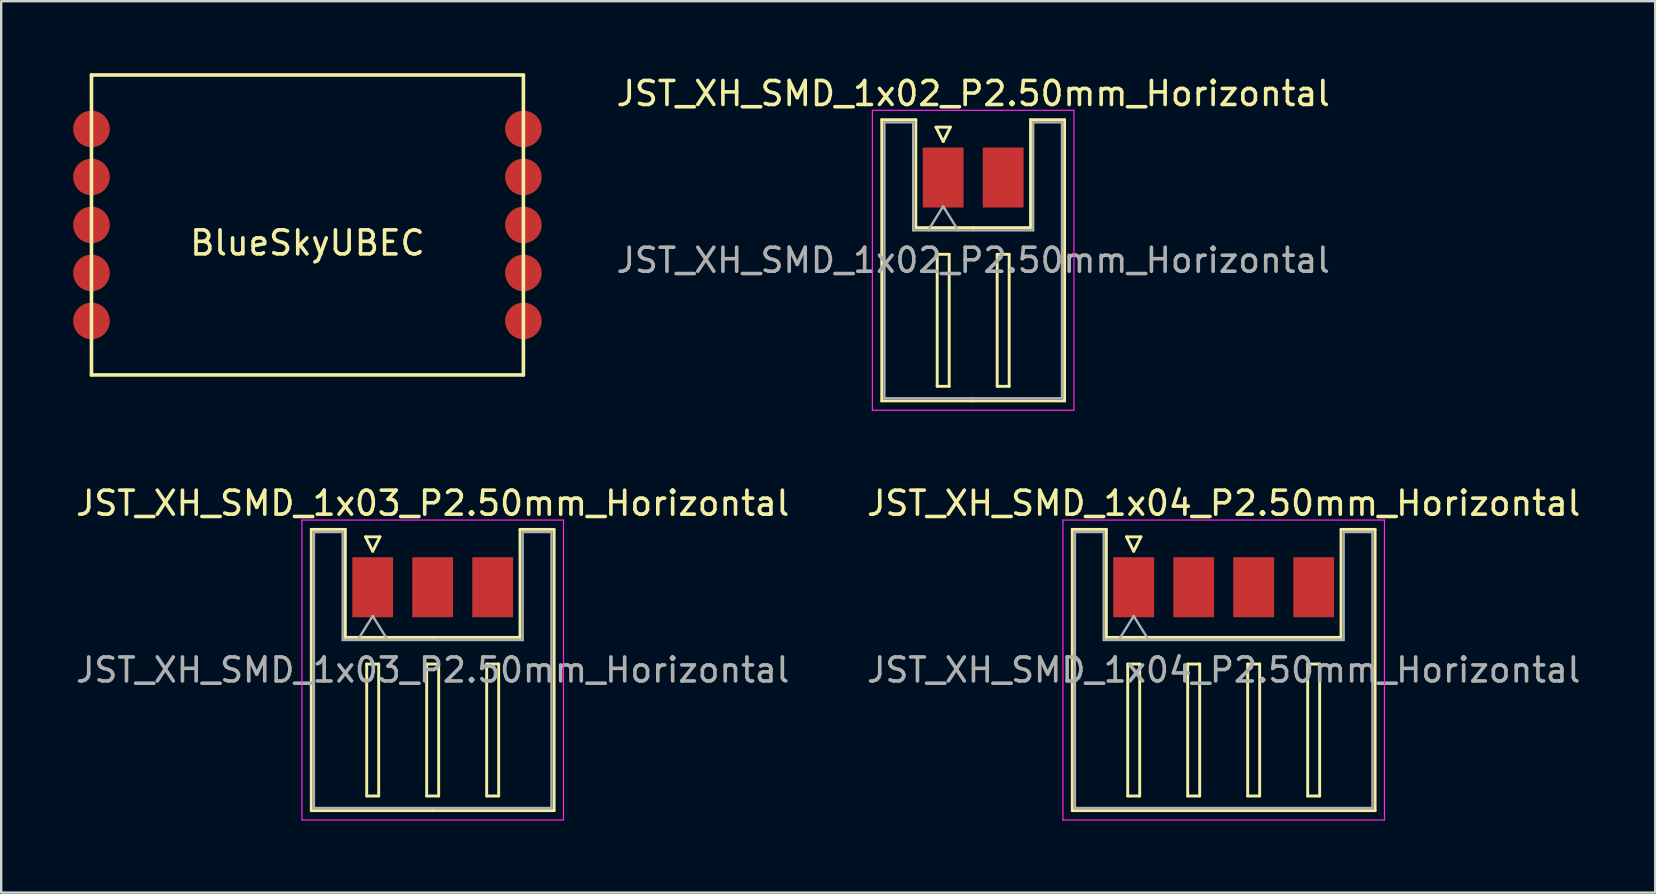
<source format=kicad_pcb>
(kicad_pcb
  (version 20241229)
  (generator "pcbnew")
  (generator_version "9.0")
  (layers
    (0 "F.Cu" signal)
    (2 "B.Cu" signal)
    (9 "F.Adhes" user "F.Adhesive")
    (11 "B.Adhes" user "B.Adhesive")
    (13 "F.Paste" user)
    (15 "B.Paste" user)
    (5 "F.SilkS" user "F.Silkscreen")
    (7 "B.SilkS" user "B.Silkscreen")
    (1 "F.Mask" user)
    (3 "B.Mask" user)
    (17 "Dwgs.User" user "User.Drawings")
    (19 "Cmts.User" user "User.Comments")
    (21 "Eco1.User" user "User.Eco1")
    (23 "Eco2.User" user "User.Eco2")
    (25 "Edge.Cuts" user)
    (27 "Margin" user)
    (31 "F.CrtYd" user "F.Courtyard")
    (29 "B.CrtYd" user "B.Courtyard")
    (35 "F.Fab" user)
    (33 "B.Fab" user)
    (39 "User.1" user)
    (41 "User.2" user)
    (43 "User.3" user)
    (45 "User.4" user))
  (footprint "JST_XH_SMD_1x03_P2.50mm_Horizontal"
    (layer "F.Cu")
    (at 12.482 21.422)
    (property "Reference" "JST_XH_SMD_1x03_P2.50mm_Horizontal" (at 2.5 -3.5 0) (layer "F.SilkS") (effects (font (size 1 1) (thickness 0.15))))
    (attr through_hole)
    (fp_line (start -2.56 -2.41) (end -1.14 -2.41) (stroke (width 0.12) (type solid)) (layer "F.SilkS"))
    (fp_line (start -2.56 9.31) (end -2.56 -2.41) (stroke (width 0.12) (type solid)) (layer "F.SilkS"))
    (fp_line (start -1.14 -2.41) (end -1.14 2.09) (stroke (width 0.12) (type solid)) (layer "F.SilkS"))
    (fp_line (start -1.14 2.09) (end 2.5 2.09) (stroke (width 0.12) (type solid)) (layer "F.SilkS"))
    (fp_line (start -0.3 -2.1) (end 0.3 -2.1) (stroke (width 0.12) (type solid)) (layer "F.SilkS"))
    (fp_line (start -0.25 3.2) (end -0.25 8.7) (stroke (width 0.12) (type solid)) (layer "F.SilkS"))
    (fp_line (start -0.25 8.7) (end 0.25 8.7) (stroke (width 0.12) (type solid)) (layer "F.SilkS"))
    (fp_line (start 0 -1.5) (end -0.3 -2.1) (stroke (width 0.12) (type solid)) (layer "F.SilkS"))
    (fp_line (start 0.25 3.2) (end -0.25 3.2) (stroke (width 0.12) (type solid)) (layer "F.SilkS"))
    (fp_line (start 0.25 8.7) (end 0.25 3.2) (stroke (width 0.12) (type solid)) (layer "F.SilkS"))
    (fp_line (start 0.3 -2.1) (end 0 -1.5) (stroke (width 0.12) (type solid)) (layer "F.SilkS"))
    (fp_line (start 2.25 3.2) (end 2.25 8.7) (stroke (width 0.12) (type solid)) (layer "F.SilkS"))
    (fp_line (start 2.25 8.7) (end 2.75 8.7) (stroke (width 0.12) (type solid)) (layer "F.SilkS"))
    (fp_line (start 2.5 9.31) (end -2.56 9.31) (stroke (width 0.12) (type solid)) (layer "F.SilkS"))
    (fp_line (start 2.5 9.31) (end 7.56 9.31) (stroke (width 0.12) (type solid)) (layer "F.SilkS"))
    (fp_line (start 2.75 3.2) (end 2.25 3.2) (stroke (width 0.12) (type solid)) (layer "F.SilkS"))
    (fp_line (start 2.75 8.7) (end 2.75 3.2) (stroke (width 0.12) (type solid)) (layer "F.SilkS"))
    (fp_line (start 4.75 3.2) (end 4.75 8.7) (stroke (width 0.12) (type solid)) (layer "F.SilkS"))
    (fp_line (start 4.75 8.7) (end 5.25 8.7) (stroke (width 0.12) (type solid)) (layer "F.SilkS"))
    (fp_line (start 5.25 3.2) (end 4.75 3.2) (stroke (width 0.12) (type solid)) (layer "F.SilkS"))
    (fp_line (start 5.25 8.7) (end 5.25 3.2) (stroke (width 0.12) (type solid)) (layer "F.SilkS"))
    (fp_line (start 6.14 -2.41) (end 6.14 2.09) (stroke (width 0.12) (type solid)) (layer "F.SilkS"))
    (fp_line (start 6.14 2.09) (end 2.5 2.09) (stroke (width 0.12) (type solid)) (layer "F.SilkS"))
    (fp_line (start 7.56 -2.41) (end 6.14 -2.41) (stroke (width 0.12) (type solid)) (layer "F.SilkS"))
    (fp_line (start 7.56 9.31) (end 7.56 -2.41) (stroke (width 0.12) (type solid)) (layer "F.SilkS"))
    (fp_line (start -2.95 -2.8) (end -2.95 9.7) (stroke (width 0.05) (type solid)) (layer "F.CrtYd"))
    (fp_line (start -2.95 9.7) (end 7.95 9.7) (stroke (width 0.05) (type solid)) (layer "F.CrtYd"))
    (fp_line (start 7.95 -2.8) (end -2.95 -2.8) (stroke (width 0.05) (type solid)) (layer "F.CrtYd"))
    (fp_line (start 7.95 9.7) (end 7.95 -2.8) (stroke (width 0.05) (type solid)) (layer "F.CrtYd"))
    (fp_line (start -2.45 -2.3) (end -1.25 -2.3) (stroke (width 0.1) (type solid)) (layer "F.Fab"))
    (fp_line (start -2.45 9.2) (end -2.45 -2.3) (stroke (width 0.1) (type solid)) (layer "F.Fab"))
    (fp_line (start -1.25 -2.3) (end -1.25 2.2) (stroke (width 0.1) (type solid)) (layer "F.Fab"))
    (fp_line (start -1.25 2.2) (end 2.5 2.2) (stroke (width 0.1) (type solid)) (layer "F.Fab"))
    (fp_line (start -0.625 2.2) (end 0 1.2) (stroke (width 0.1) (type solid)) (layer "F.Fab"))
    (fp_line (start 0 1.2) (end 0.625 2.2) (stroke (width 0.1) (type solid)) (layer "F.Fab"))
    (fp_line (start 2.5 9.2) (end -2.45 9.2) (stroke (width 0.1) (type solid)) (layer "F.Fab"))
    (fp_line (start 2.5 9.2) (end 7.45 9.2) (stroke (width 0.1) (type solid)) (layer "F.Fab"))
    (fp_line (start 6.25 -2.3) (end 6.25 2.2) (stroke (width 0.1) (type solid)) (layer "F.Fab"))
    (fp_line (start 6.25 2.2) (end 2.5 2.2) (stroke (width 0.1) (type solid)) (layer "F.Fab"))
    (fp_line (start 7.45 -2.3) (end 6.25 -2.3) (stroke (width 0.1) (type solid)) (layer "F.Fab"))
    (fp_line (start 7.45 9.2) (end 7.45 -2.3) (stroke (width 0.1) (type solid)) (layer "F.Fab"))
    (fp_text user "${REFERENCE}" (at 2.5 3.45 0) (layer "F.Fab") (effects (font (size 1 1) (thickness 0.15))))
    (pad "1" smd rect (at 0 0) (size 1.7 2.5) (layers "F.Cu" "F.Mask" "F.Paste"))
    (pad "2" smd rect (at 2.5 0) (size 1.7 2.5) (layers "F.Cu" "F.Mask" "F.Paste"))
    (pad "3" smd rect (at 5 0) (size 1.7 2.5) (layers "F.Cu" "F.Mask" "F.Paste")))
  (footprint "JST_XH_SMD_1x04_P2.50mm_Horizontal"
    (layer "F.Cu")
    (at 44.196 21.422)
    (property "Reference" "JST_XH_SMD_1x04_P2.50mm_Horizontal" (at 3.75 -3.5 0) (layer "F.SilkS") (effects (font (size 1 1) (thickness 0.15))))
    (attr through_hole)
    (fp_line (start -2.56 -2.41) (end -1.14 -2.41) (stroke (width 0.12) (type solid)) (layer "F.SilkS"))
    (fp_line (start -2.56 9.31) (end -2.56 -2.41) (stroke (width 0.12) (type solid)) (layer "F.SilkS"))
    (fp_line (start -1.14 -2.41) (end -1.14 2.09) (stroke (width 0.12) (type solid)) (layer "F.SilkS"))
    (fp_line (start -1.14 2.09) (end 3.75 2.09) (stroke (width 0.12) (type solid)) (layer "F.SilkS"))
    (fp_line (start -0.3 -2.1) (end 0.3 -2.1) (stroke (width 0.12) (type solid)) (layer "F.SilkS"))
    (fp_line (start -0.25 3.2) (end -0.25 8.7) (stroke (width 0.12) (type solid)) (layer "F.SilkS"))
    (fp_line (start -0.25 8.7) (end 0.25 8.7) (stroke (width 0.12) (type solid)) (layer "F.SilkS"))
    (fp_line (start 0 -1.5) (end -0.3 -2.1) (stroke (width 0.12) (type solid)) (layer "F.SilkS"))
    (fp_line (start 0.25 3.2) (end -0.25 3.2) (stroke (width 0.12) (type solid)) (layer "F.SilkS"))
    (fp_line (start 0.25 8.7) (end 0.25 3.2) (stroke (width 0.12) (type solid)) (layer "F.SilkS"))
    (fp_line (start 0.3 -2.1) (end 0 -1.5) (stroke (width 0.12) (type solid)) (layer "F.SilkS"))
    (fp_line (start 2.25 3.2) (end 2.25 8.7) (stroke (width 0.12) (type solid)) (layer "F.SilkS"))
    (fp_line (start 2.25 8.7) (end 2.75 8.7) (stroke (width 0.12) (type solid)) (layer "F.SilkS"))
    (fp_line (start 2.75 3.2) (end 2.25 3.2) (stroke (width 0.12) (type solid)) (layer "F.SilkS"))
    (fp_line (start 2.75 8.7) (end 2.75 3.2) (stroke (width 0.12) (type solid)) (layer "F.SilkS"))
    (fp_line (start 3.75 9.31) (end -2.56 9.31) (stroke (width 0.12) (type solid)) (layer "F.SilkS"))
    (fp_line (start 3.75 9.31) (end 10.06 9.31) (stroke (width 0.12) (type solid)) (layer "F.SilkS"))
    (fp_line (start 4.75 3.2) (end 4.75 8.7) (stroke (width 0.12) (type solid)) (layer "F.SilkS"))
    (fp_line (start 4.75 8.7) (end 5.25 8.7) (stroke (width 0.12) (type solid)) (layer "F.SilkS"))
    (fp_line (start 5.25 3.2) (end 4.75 3.2) (stroke (width 0.12) (type solid)) (layer "F.SilkS"))
    (fp_line (start 5.25 8.7) (end 5.25 3.2) (stroke (width 0.12) (type solid)) (layer "F.SilkS"))
    (fp_line (start 7.25 3.2) (end 7.25 8.7) (stroke (width 0.12) (type solid)) (layer "F.SilkS"))
    (fp_line (start 7.25 8.7) (end 7.75 8.7) (stroke (width 0.12) (type solid)) (layer "F.SilkS"))
    (fp_line (start 7.75 3.2) (end 7.25 3.2) (stroke (width 0.12) (type solid)) (layer "F.SilkS"))
    (fp_line (start 7.75 8.7) (end 7.75 3.2) (stroke (width 0.12) (type solid)) (layer "F.SilkS"))
    (fp_line (start 8.64 -2.41) (end 8.64 2.09) (stroke (width 0.12) (type solid)) (layer "F.SilkS"))
    (fp_line (start 8.64 2.09) (end 3.75 2.09) (stroke (width 0.12) (type solid)) (layer "F.SilkS"))
    (fp_line (start 10.06 -2.41) (end 8.64 -2.41) (stroke (width 0.12) (type solid)) (layer "F.SilkS"))
    (fp_line (start 10.06 9.31) (end 10.06 -2.41) (stroke (width 0.12) (type solid)) (layer "F.SilkS"))
    (fp_line (start -2.95 -2.8) (end -2.95 9.7) (stroke (width 0.05) (type solid)) (layer "F.CrtYd"))
    (fp_line (start -2.95 9.7) (end 10.45 9.7) (stroke (width 0.05) (type solid)) (layer "F.CrtYd"))
    (fp_line (start 10.45 -2.8) (end -2.95 -2.8) (stroke (width 0.05) (type solid)) (layer "F.CrtYd"))
    (fp_line (start 10.45 9.7) (end 10.45 -2.8) (stroke (width 0.05) (type solid)) (layer "F.CrtYd"))
    (fp_line (start -2.45 -2.3) (end -1.25 -2.3) (stroke (width 0.1) (type solid)) (layer "F.Fab"))
    (fp_line (start -2.45 9.2) (end -2.45 -2.3) (stroke (width 0.1) (type solid)) (layer "F.Fab"))
    (fp_line (start -1.25 -2.3) (end -1.25 2.2) (stroke (width 0.1) (type solid)) (layer "F.Fab"))
    (fp_line (start -1.25 2.2) (end 3.75 2.2) (stroke (width 0.1) (type solid)) (layer "F.Fab"))
    (fp_line (start -0.625 2.2) (end 0 1.2) (stroke (width 0.1) (type solid)) (layer "F.Fab"))
    (fp_line (start 0 1.2) (end 0.625 2.2) (stroke (width 0.1) (type solid)) (layer "F.Fab"))
    (fp_line (start 3.75 9.2) (end -2.45 9.2) (stroke (width 0.1) (type solid)) (layer "F.Fab"))
    (fp_line (start 3.75 9.2) (end 9.95 9.2) (stroke (width 0.1) (type solid)) (layer "F.Fab"))
    (fp_line (start 8.75 -2.3) (end 8.75 2.2) (stroke (width 0.1) (type solid)) (layer "F.Fab"))
    (fp_line (start 8.75 2.2) (end 3.75 2.2) (stroke (width 0.1) (type solid)) (layer "F.Fab"))
    (fp_line (start 9.95 -2.3) (end 8.75 -2.3) (stroke (width 0.1) (type solid)) (layer "F.Fab"))
    (fp_line (start 9.95 9.2) (end 9.95 -2.3) (stroke (width 0.1) (type solid)) (layer "F.Fab"))
    (fp_text user "${REFERENCE}" (at 3.75 3.45 0) (layer "F.Fab") (effects (font (size 1 1) (thickness 0.15))))
    (pad "1" smd rect (at 0 0) (size 1.7 2.5) (layers "F.Cu" "F.Mask" "F.Paste"))
    (pad "2" smd rect (at 2.5 0) (size 1.7 2.5) (layers "F.Cu" "F.Mask" "F.Paste"))
    (pad "3" smd rect (at 5 0) (size 1.7 2.5) (layers "F.Cu" "F.Mask" "F.Paste"))
    (pad "4" smd rect (at 7.5 0) (size 1.7 2.5) (layers "F.Cu" "F.Mask" "F.Paste")))
  (footprint "JST_XH_SMD_1x02_P2.50mm_Horizontal"
    (layer "F.Cu")
    (at 36.256 4.348)
    (property "Reference" "JST_XH_SMD_1x02_P2.50mm_Horizontal" (at 1.25 -3.5 0) (layer "F.SilkS") (effects (font (size 1 1) (thickness 0.15))))
    (attr through_hole)
    (fp_line (start -2.56 -2.41) (end -1.14 -2.41) (stroke (width 0.12) (type solid)) (layer "F.SilkS"))
    (fp_line (start -2.56 9.31) (end -2.56 -2.41) (stroke (width 0.12) (type solid)) (layer "F.SilkS"))
    (fp_line (start -1.14 -2.41) (end -1.14 2.09) (stroke (width 0.12) (type solid)) (layer "F.SilkS"))
    (fp_line (start -1.14 2.09) (end 1.25 2.09) (stroke (width 0.12) (type solid)) (layer "F.SilkS"))
    (fp_line (start -0.3 -2.1) (end 0.3 -2.1) (stroke (width 0.12) (type solid)) (layer "F.SilkS"))
    (fp_line (start -0.25 3.2) (end -0.25 8.7) (stroke (width 0.12) (type solid)) (layer "F.SilkS"))
    (fp_line (start -0.25 8.7) (end 0.25 8.7) (stroke (width 0.12) (type solid)) (layer "F.SilkS"))
    (fp_line (start 0 -1.5) (end -0.3 -2.1) (stroke (width 0.12) (type solid)) (layer "F.SilkS"))
    (fp_line (start 0.25 3.2) (end -0.25 3.2) (stroke (width 0.12) (type solid)) (layer "F.SilkS"))
    (fp_line (start 0.25 8.7) (end 0.25 3.2) (stroke (width 0.12) (type solid)) (layer "F.SilkS"))
    (fp_line (start 0.3 -2.1) (end 0 -1.5) (stroke (width 0.12) (type solid)) (layer "F.SilkS"))
    (fp_line (start 1.25 9.31) (end -2.56 9.31) (stroke (width 0.12) (type solid)) (layer "F.SilkS"))
    (fp_line (start 1.25 9.31) (end 5.06 9.31) (stroke (width 0.12) (type solid)) (layer "F.SilkS"))
    (fp_line (start 2.25 3.2) (end 2.25 8.7) (stroke (width 0.12) (type solid)) (layer "F.SilkS"))
    (fp_line (start 2.25 8.7) (end 2.75 8.7) (stroke (width 0.12) (type solid)) (layer "F.SilkS"))
    (fp_line (start 2.75 3.2) (end 2.25 3.2) (stroke (width 0.12) (type solid)) (layer "F.SilkS"))
    (fp_line (start 2.75 8.7) (end 2.75 3.2) (stroke (width 0.12) (type solid)) (layer "F.SilkS"))
    (fp_line (start 3.64 -2.41) (end 3.64 2.09) (stroke (width 0.12) (type solid)) (layer "F.SilkS"))
    (fp_line (start 3.64 2.09) (end 1.25 2.09) (stroke (width 0.12) (type solid)) (layer "F.SilkS"))
    (fp_line (start 5.06 -2.41) (end 3.64 -2.41) (stroke (width 0.12) (type solid)) (layer "F.SilkS"))
    (fp_line (start 5.06 9.31) (end 5.06 -2.41) (stroke (width 0.12) (type solid)) (layer "F.SilkS"))
    (fp_line (start -2.95 -2.8) (end -2.95 9.7) (stroke (width 0.05) (type solid)) (layer "F.CrtYd"))
    (fp_line (start -2.95 9.7) (end 5.45 9.7) (stroke (width 0.05) (type solid)) (layer "F.CrtYd"))
    (fp_line (start 5.45 -2.8) (end -2.95 -2.8) (stroke (width 0.05) (type solid)) (layer "F.CrtYd"))
    (fp_line (start 5.45 9.7) (end 5.45 -2.8) (stroke (width 0.05) (type solid)) (layer "F.CrtYd"))
    (fp_line (start -2.45 -2.3) (end -1.25 -2.3) (stroke (width 0.1) (type solid)) (layer "F.Fab"))
    (fp_line (start -2.45 9.2) (end -2.45 -2.3) (stroke (width 0.1) (type solid)) (layer "F.Fab"))
    (fp_line (start -1.25 -2.3) (end -1.25 2.2) (stroke (width 0.1) (type solid)) (layer "F.Fab"))
    (fp_line (start -1.25 2.2) (end 1.25 2.2) (stroke (width 0.1) (type solid)) (layer "F.Fab"))
    (fp_line (start -0.625 2.2) (end 0 1.2) (stroke (width 0.1) (type solid)) (layer "F.Fab"))
    (fp_line (start 0 1.2) (end 0.625 2.2) (stroke (width 0.1) (type solid)) (layer "F.Fab"))
    (fp_line (start 1.25 9.2) (end -2.45 9.2) (stroke (width 0.1) (type solid)) (layer "F.Fab"))
    (fp_line (start 1.25 9.2) (end 4.95 9.2) (stroke (width 0.1) (type solid)) (layer "F.Fab"))
    (fp_line (start 3.75 -2.3) (end 3.75 2.2) (stroke (width 0.1) (type solid)) (layer "F.Fab"))
    (fp_line (start 3.75 2.2) (end 1.25 2.2) (stroke (width 0.1) (type solid)) (layer "F.Fab"))
    (fp_line (start 4.95 -2.3) (end 3.75 -2.3) (stroke (width 0.1) (type solid)) (layer "F.Fab"))
    (fp_line (start 4.95 9.2) (end 4.95 -2.3) (stroke (width 0.1) (type solid)) (layer "F.Fab"))
    (fp_text user "${REFERENCE}" (at 1.25 3.45 0) (layer "F.Fab") (effects (font (size 1 1) (thickness 0.15))))
    (pad "1" smd rect (at 0 0) (size 1.7 2.5) (layers "F.Cu" "F.Mask" "F.Paste"))
    (pad "2" smd rect (at 2.5 0) (size 1.7 2.5) (layers "F.Cu" "F.Mask" "F.Paste")))
  (footprint "BlueSkyUBEC"
    (layer "F.Cu")
    (at 9.762 6.325)
    (property "Reference" "BlueSkyUBEC" (at 0 0.75 0) (layer "F.SilkS") (effects (font (size 1 1) (thickness 0.15))))
    (attr through_hole)
    (fp_line (start -9 -6.25) (end 9 -6.25) (stroke (width 0.15) (type solid)) (layer "F.SilkS"))
    (fp_line (start -9 6.25) (end -9 -6.25) (stroke (width 0.15) (type solid)) (layer "F.SilkS"))
    (fp_line (start 9 -6.25) (end 9 6.25) (stroke (width 0.15) (type solid)) (layer "F.SilkS"))
    (fp_line (start 9 6.25) (end -9 6.25) (stroke (width 0.15) (type solid)) (layer "F.SilkS"))
    (pad "1" smd circle (at -9 -4) (size 1.524 1.524) (layers "F.Cu" "F.Mask" "F.Paste"))
    (pad "2" smd circle (at -9 -2) (size 1.524 1.524) (layers "F.Cu" "F.Mask" "F.Paste"))
    (pad "3" smd circle (at -9 0) (size 1.524 1.524) (layers "F.Cu" "F.Mask" "F.Paste"))
    (pad "4" smd circle (at -9 2) (size 1.524 1.524) (layers "F.Cu" "F.Mask" "F.Paste"))
    (pad "5" smd circle (at -9 4) (size 1.524 1.524) (layers "F.Cu" "F.Mask" "F.Paste"))
    (pad "6" smd circle (at 9 4) (size 1.524 1.524) (layers "F.Cu" "F.Mask" "F.Paste"))
    (pad "7" smd circle (at 9 2) (size 1.524 1.524) (layers "F.Cu" "F.Mask" "F.Paste"))
    (pad "8" smd circle (at 9 0) (size 1.524 1.524) (layers "F.Cu" "F.Mask" "F.Paste"))
    (pad "9" smd circle (at 9 -2) (size 1.524 1.524) (layers "F.Cu" "F.Mask" "F.Paste"))
    (pad "10" smd circle (at 9 -4) (size 1.524 1.524) (layers "F.Cu" "F.Mask" "F.Paste")))
  (gr_rect
    (start -3 -3)
    (end 65.929 34.147)
    (stroke (width 0.1) (type default))
    (fill no)
    (layer "Edge.Cuts")))
</source>
